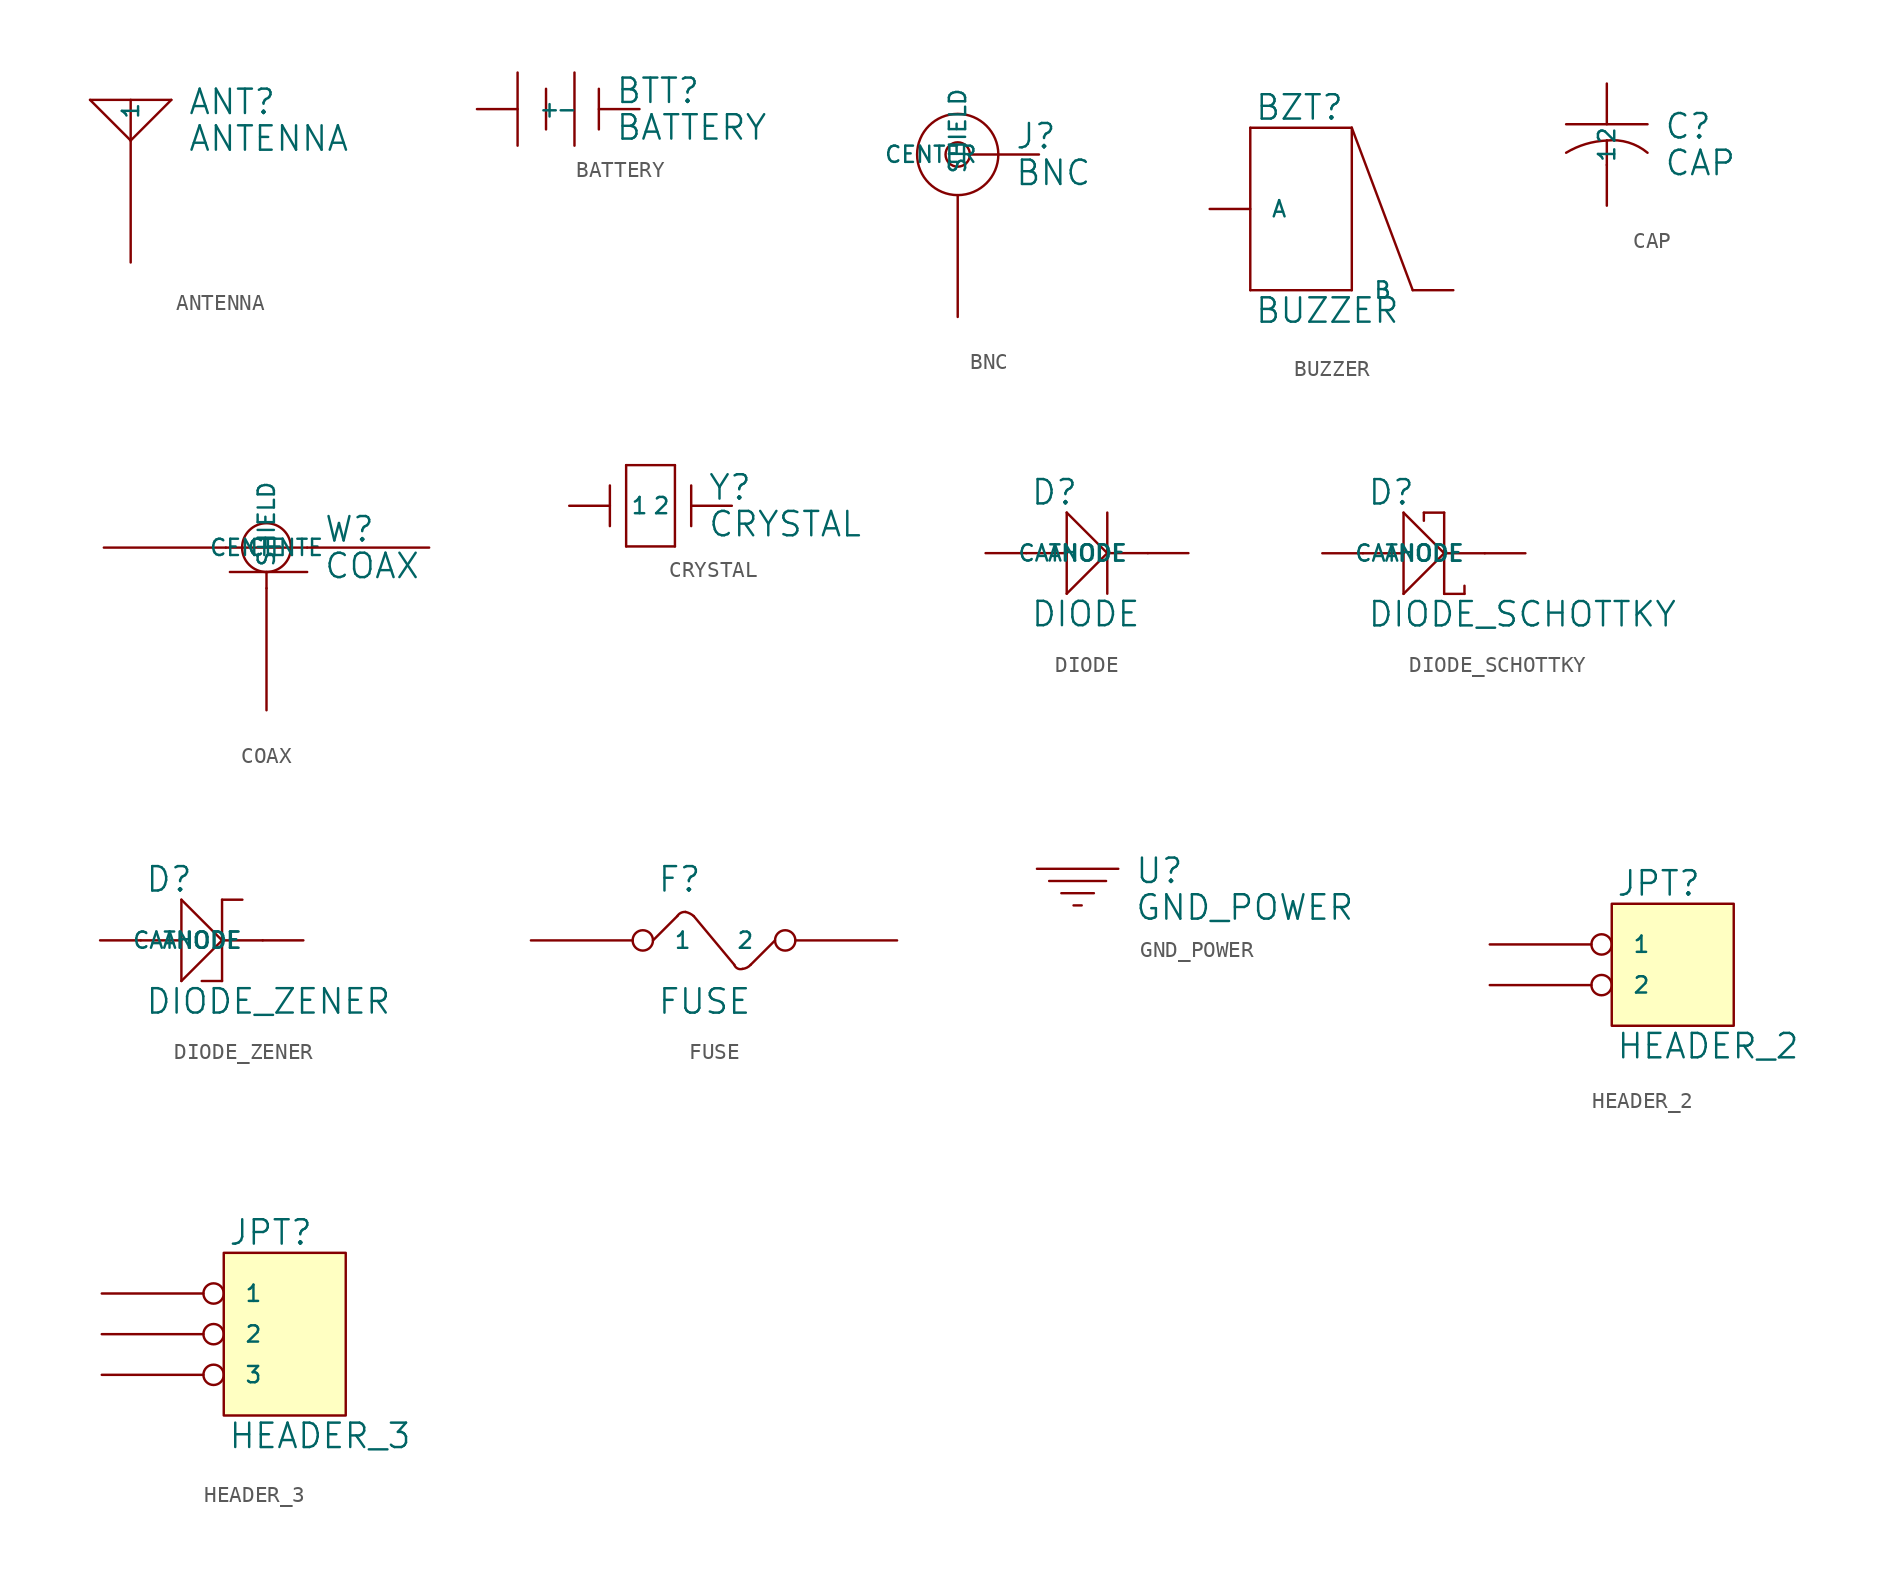
<source format=kicad_sym>
(kicad_symbol_lib
  (version 20231120)
  (generator "kicad_symbol_editor")
  (generator_version "8.0")
  (symbol "ANTENNA"
    (pin_names
      (offset 1.27))
    (property "Reference" "ANT"
      (at 6.096 -1.016 0)
      (effects (font (size 1.524 1.524)) (justify left bottom)))
    (property "Value" "ANTENNA"
      (at 6.096 -1.524 0)
      (effects (font (size 1.524 1.524)) (justify left top)))
    (symbol "ANTENNA_0_1"
      (polyline (pts (xy 0 0) (xy 5.08 0)) (stroke (width 0) (type solid)) (fill (type none)))
      (polyline (pts (xy 2.54 -2.54) (xy 0 0)) (stroke (width 0) (type solid)) (fill (type none)))
      (polyline (pts (xy 2.54 0) (xy 2.54 -2.54)) (stroke (width 0) (type solid)) (fill (type none)))
      (polyline (pts (xy 5.08 0) (xy 2.54 -2.54)) (stroke (width 0) (type solid)) (fill (type none))))
    (symbol "ANTENNA_1_1"
      (pin output line (at 2.54 -10.16 90) (length 7.62) (name "1" (effects (font (size 1.016 1.016)))) (number "~" (effects (font (size 1.27 1.27)))))))
  (symbol "BATTERY"
    (pin_names
      (offset 1.27))
    (property "Reference" "BTT"
      (at 6.096 -2.286 0)
      (effects (font (size 1.524 1.524)) (justify left bottom)))
    (property "Value" "BATTERY"
      (at 6.096 -2.794 0)
      (effects (font (size 1.524 1.524)) (justify left top)))
    (symbol "BATTERY_0_1"
      (polyline (pts (xy 0 -0.254) (xy 0 -4.826)) (stroke (width 0) (type solid)) (fill (type none)))
      (polyline (pts (xy 1.778 -1.27) (xy 1.778 -3.81)) (stroke (width 0) (type solid)) (fill (type none)))
      (polyline (pts (xy 3.556 -0.254) (xy 3.556 -4.826)) (stroke (width 0) (type solid)) (fill (type none)))
      (polyline (pts (xy 5.08 -1.27) (xy 5.08 -3.81)) (stroke (width 0) (type solid)) (fill (type none))))
    (symbol "BATTERY_1_1"
      (pin passive line (at -2.54 -2.54 0) (length 2.54) (name "+" (effects (font (size 1.016 1.016)))) (number "~" (effects (font (size 1.27 1.27)))))
      (pin passive line (at 7.62 -2.54 180) (length 2.54) (name "-" (effects (font (size 1.016 1.016)))) (number "~" (effects (font (size 1.27 1.27)))))))
  (symbol "BNC"
    (pin_names
      (offset 1.27))
    (property "Reference" "J"
      (at 6.096 -2.286 0)
      (effects (font (size 1.524 1.524)) (justify left bottom)))
    (property "Value" "BNC"
      (at 6.096 -2.794 0)
      (effects (font (size 1.524 1.524)) (justify left top)))
    (symbol "BNC_0_1"
      (polyline (pts (xy 5.08 -2.54) (xy 3.302 -2.54)) (stroke (width 0) (type solid)) (fill (type none)))
      (circle (center 2.54 -2.54) (radius 0.762) (stroke (width 0) (type solid)) (fill (type none)))
      (circle (center 2.54 -2.54) (radius 2.54) (stroke (width 0) (type solid)) (fill (type none))))
    (symbol "BNC_1_1"
      (pin passive line (at 7.62 -2.54 180) (length 2.54) (name "CENTER" (effects (font (size 1.016 1.016)))) (number "~" (effects (font (size 1.27 1.27)))))
      (pin passive line (at 2.54 -12.7 90) (length 7.62) (name "SHIELD" (effects (font (size 1.016 1.016)))) (number "~" (effects (font (size 1.27 1.27)))))))
  (symbol "BUZZER"
    (pin_names
      (offset 1.27))
    (property "Reference" "BZT"
      (at 0.254 0.381 0)
      (effects (font (size 1.524 1.524)) (justify left bottom)))
    (property "Value" "BUZZER"
      (at 0.254 -10.541 0)
      (effects (font (size 1.524 1.524)) (justify left top)))
    (symbol "BUZZER_0_1"
      (polyline (pts (xy 0 -10.16) (xy 6.35 -10.16)) (stroke (width 0) (type solid)) (fill (type none)))
      (polyline (pts (xy 0 0) (xy 0 -10.16)) (stroke (width 0) (type solid)) (fill (type none)))
      (polyline (pts (xy 6.35 -10.16) (xy 6.35 0)) (stroke (width 0) (type solid)) (fill (type none)))
      (polyline (pts (xy 6.35 0) (xy 0 0)) (stroke (width 0) (type solid)) (fill (type none)))
      (polyline (pts (xy 6.35 0) (xy 10.16 -10.16)) (stroke (width 0) (type solid)) (fill (type none))))
    (symbol "BUZZER_1_1"
      (pin passive line (at -2.54 -5.08 0) (length 2.54) (name "A" (effects (font (size 1.016 1.016)))) (number "~" (effects (font (size 1.27 1.27)))))
      (pin passive line (at 12.7 -10.16 180) (length 2.54) (name "B" (effects (font (size 1.016 1.016)))) (number "~" (effects (font (size 1.27 1.27)))))))
  (symbol "CAP"
    (pin_names
      (offset 1.27))
    (property "Reference" "C"
      (at 6.096 -1.016 0)
      (effects (font (size 1.524 1.524)) (justify left bottom)))
    (property "Value" "CAP"
      (at 6.096 -1.524 0)
      (effects (font (size 1.524 1.524)) (justify left top)))
    (symbol "CAP_0_1"
      (polyline (pts (xy 0 0) (xy 5.08 0)) (stroke (width 0) (type solid)) (fill (type none)))
      (polyline (pts (xy 2.54 -1.016) (xy 2.54 -2.54)) (stroke (width 0) (type solid)) (fill (type none)))
      (arc (start 2.54 -1.016) (mid 1.2314 -1.2325) (end 0 -1.778) (stroke (width 0) (type solid)) (fill (type none)))
      (arc (start 5.08 -1.778) (mid 3.8814 -1.136) (end 2.54 -1.016) (stroke (width 0) (type solid)) (fill (type none))))
    (symbol "CAP_1_1"
      (pin passive line (at 2.54 2.54 270) (length 2.54) (name "1" (effects (font (size 1.016 1.016)))) (number "~" (effects (font (size 1.27 1.27)))))
      (pin passive line (at 2.54 -5.08 90) (length 2.54) (name "2" (effects (font (size 1.016 1.016)))) (number "~" (effects (font (size 1.27 1.27)))))))
  (symbol "COAX"
    (pin_names
      (offset 1.27))
    (property "Reference" "W"
      (at 6.096 -2.286 0)
      (effects (font (size 1.524 1.524)) (justify left bottom)))
    (property "Value" "COAX"
      (at 6.096 -2.794 0)
      (effects (font (size 1.524 1.524)) (justify left top)))
    (symbol "COAX_0_1"
      (polyline (pts (xy 0 -2.54) (xy 5.08 -2.54)) (stroke (width 0) (type solid)) (fill (type none)))
      (polyline (pts (xy 0.254 -4.064) (xy 5.08 -4.064)) (stroke (width 0) (type solid)) (fill (type none)))
      (polyline (pts (xy 2.54 -4.064) (xy 2.54 -5.08)) (stroke (width 0) (type solid)) (fill (type none)))
      (circle (center 2.54 -2.54) (radius 1.524) (stroke (width 0) (type solid)) (fill (type none))))
    (symbol "COAX_1_1"
      (pin passive line (at -7.62 -2.54 0) (length 7.62) (name "CENTE" (effects (font (size 1.016 1.016)))) (number "~" (effects (font (size 1.27 1.27)))))
      (pin passive line (at 12.7 -2.54 180) (length 7.62) (name "CENTE" (effects (font (size 1.016 1.016)))) (number "~" (effects (font (size 1.27 1.27)))))
      (pin passive line (at 2.54 -12.7 90) (length 7.62) (name "SHIELD" (effects (font (size 1.016 1.016)))) (number "~" (effects (font (size 1.27 1.27)))))))
  (symbol "CRYSTAL"
    (pin_names
      (offset 1.27))
    (property "Reference" "Y"
      (at 6.096 -2.286 0)
      (effects (font (size 1.524 1.524)) (justify left bottom)))
    (property "Value" "CRYSTAL"
      (at 6.096 -2.794 0)
      (effects (font (size 1.524 1.524)) (justify left top)))
    (symbol "CRYSTAL_0_1"
      (polyline (pts (xy 0 -1.27) (xy 0 -3.81)) (stroke (width 0) (type solid)) (fill (type none)))
      (polyline (pts (xy 1.016 -5.08) (xy 4.064 -5.08)) (stroke (width 0) (type solid)) (fill (type none)))
      (polyline (pts (xy 1.016 0) (xy 1.016 -5.08)) (stroke (width 0) (type solid)) (fill (type none)))
      (polyline (pts (xy 4.064 -5.08) (xy 4.064 0)) (stroke (width 0) (type solid)) (fill (type none)))
      (polyline (pts (xy 4.064 0) (xy 1.016 0)) (stroke (width 0) (type solid)) (fill (type none)))
      (polyline (pts (xy 5.08 -1.27) (xy 5.08 -3.81)) (stroke (width 0) (type solid)) (fill (type none))))
    (symbol "CRYSTAL_1_1"
      (pin passive line (at -2.54 -2.54 0) (length 2.54) (name "1" (effects (font (size 1.016 1.016)))) (number "~" (effects (font (size 1.27 1.27)))))
      (pin passive line (at 7.62 -2.54 180) (length 2.54) (name "2" (effects (font (size 1.016 1.016)))) (number "~" (effects (font (size 1.27 1.27)))))))
  (symbol "DIODE"
    (pin_names
      (offset 1.27))
    (property "Reference" "D"
      (at 0.254 0.381 0)
      (effects (font (size 1.524 1.524)) (justify left bottom)))
    (property "Value" "DIODE"
      (at 0.254 -5.461 0)
      (effects (font (size 1.524 1.524)) (justify left top)))
    (symbol "DIODE_0_1"
      (polyline (pts (xy 0 -2.54) (xy 2.54 -2.54)) (stroke (width 0) (type solid)) (fill (type none)))
      (polyline (pts (xy 2.54 -5.08) (xy 5.08 -2.54)) (stroke (width 0) (type solid)) (fill (type none)))
      (polyline (pts (xy 2.54 0) (xy 2.54 -5.08)) (stroke (width 0) (type solid)) (fill (type none)))
      (polyline (pts (xy 5.08 -2.54) (xy 2.54 0)) (stroke (width 0) (type solid)) (fill (type none)))
      (polyline (pts (xy 5.08 -2.54) (xy 7.62 -2.54)) (stroke (width 0) (type solid)) (fill (type none)))
      (polyline (pts (xy 5.08 0) (xy 5.08 -5.08)) (stroke (width 0) (type solid)) (fill (type none))))
    (symbol "DIODE_1_1"
      (pin passive line (at -2.54 -2.54 0) (length 2.54) (name "ANODE" (effects (font (size 1.016 1.016)))) (number "~" (effects (font (size 1.27 1.27)))))
      (pin passive line (at 10.16 -2.54 180) (length 2.54) (name "CATHODE" (effects (font (size 1.016 1.016)))) (number "~" (effects (font (size 1.27 1.27)))))))
  (symbol "DIODE_SCHOTTKY"
    (pin_names
      (offset 1.27))
    (property "Reference" "D"
      (at 0.254 0.381 0)
      (effects (font (size 1.524 1.524)) (justify left bottom)))
    (property "Value" "DIODE_SCHOTTKY"
      (at 0.254 -5.461 0)
      (effects (font (size 1.524 1.524)) (justify left top)))
    (symbol "DIODE_SCHOTTKY_0_1"
      (polyline (pts (xy 0 -2.54) (xy 2.54 -2.54)) (stroke (width 0) (type solid)) (fill (type none)))
      (polyline (pts (xy 2.54 -5.08) (xy 5.08 -2.54)) (stroke (width 0) (type solid)) (fill (type none)))
      (polyline (pts (xy 2.54 0) (xy 2.54 -5.08)) (stroke (width 0) (type solid)) (fill (type none)))
      (polyline (pts (xy 3.81 0) (xy 3.81 -0.508)) (stroke (width 0) (type solid)) (fill (type none)))
      (polyline (pts (xy 5.08 -5.08) (xy 6.35 -5.08)) (stroke (width 0) (type solid)) (fill (type none)))
      (polyline (pts (xy 5.08 -2.54) (xy 2.54 0)) (stroke (width 0) (type solid)) (fill (type none)))
      (polyline (pts (xy 5.08 -2.54) (xy 7.62 -2.54)) (stroke (width 0) (type solid)) (fill (type none)))
      (polyline (pts (xy 5.08 0) (xy 3.81 0)) (stroke (width 0) (type solid)) (fill (type none)))
      (polyline (pts (xy 5.08 0) (xy 5.08 -5.08)) (stroke (width 0) (type solid)) (fill (type none)))
      (polyline (pts (xy 6.35 -5.08) (xy 6.35 -4.572)) (stroke (width 0) (type solid)) (fill (type none))))
    (symbol "DIODE_SCHOTTKY_1_1"
      (pin passive line (at -2.54 -2.54 0) (length 2.54) (name "ANODE" (effects (font (size 1.016 1.016)))) (number "~" (effects (font (size 1.27 1.27)))))
      (pin passive line (at 10.16 -2.54 180) (length 2.54) (name "CATHODE" (effects (font (size 1.016 1.016)))) (number "~" (effects (font (size 1.27 1.27)))))))
  (symbol "DIODE_ZENER"
    (pin_names
      (offset 1.27))
    (property "Reference" "D"
      (at 0.254 0.381 0)
      (effects (font (size 1.524 1.524)) (justify left bottom)))
    (property "Value" "DIODE_ZENER"
      (at 0.254 -5.461 0)
      (effects (font (size 1.524 1.524)) (justify left top)))
    (symbol "DIODE_ZENER_0_1"
      (polyline (pts (xy 0 -2.54) (xy 2.54 -2.54)) (stroke (width 0) (type solid)) (fill (type none)))
      (polyline (pts (xy 2.54 -5.08) (xy 5.08 -2.54)) (stroke (width 0) (type solid)) (fill (type none)))
      (polyline (pts (xy 2.54 0) (xy 2.54 -5.08)) (stroke (width 0) (type solid)) (fill (type none)))
      (polyline (pts (xy 5.08 -5.08) (xy 3.81 -5.08)) (stroke (width 0) (type solid)) (fill (type none)))
      (polyline (pts (xy 5.08 -2.54) (xy 2.54 0)) (stroke (width 0) (type solid)) (fill (type none)))
      (polyline (pts (xy 5.08 -2.54) (xy 7.62 -2.54)) (stroke (width 0) (type solid)) (fill (type none)))
      (polyline (pts (xy 5.08 0) (xy 5.08 -5.08)) (stroke (width 0) (type solid)) (fill (type none)))
      (polyline (pts (xy 6.35 0) (xy 5.08 0)) (stroke (width 0) (type solid)) (fill (type none))))
    (symbol "DIODE_ZENER_1_1"
      (pin passive line (at -2.54 -2.54 0) (length 2.54) (name "ANODE" (effects (font (size 1.016 1.016)))) (number "~" (effects (font (size 1.27 1.27)))))
      (pin passive line (at 10.16 -2.54 180) (length 2.54) (name "CATHODE" (effects (font (size 1.016 1.016)))) (number "~" (effects (font (size 1.27 1.27)))))))
  (symbol "FUSE"
    (pin_names
      (offset 1.27))
    (property "Reference" "F"
      (at 0.254 0.381 0)
      (effects (font (size 1.524 1.524)) (justify left bottom)))
    (property "Value" "FUSE"
      (at 0.254 -5.461 0)
      (effects (font (size 1.524 1.524)) (justify left top)))
    (symbol "FUSE_0_1"
      (polyline (pts (xy 0 -2.54) (xy 1.524 -1.016)) (stroke (width 0) (type solid)) (fill (type none)))
      (polyline (pts (xy 5.08 -4.064) (xy 2.54 -1.016)) (stroke (width 0) (type solid)) (fill (type none)))
      (polyline (pts (xy 6.096 -4.064) (xy 7.62 -2.54)) (stroke (width 0) (type solid)) (fill (type none)))
      (arc (start 2.032 -0.762) (mid 1.7404 -0.82) (end 1.524 -1.016) (stroke (width 0) (type solid)) (fill (type none)))
      (arc (start 2.54 -1.016) (mid 2.3069 -0.8603) (end 2.032 -0.762) (stroke (width 0) (type solid)) (fill (type none)))
      (arc (start 5.08 -4.064) (mid 5.2894 -4.2931) (end 5.588 -4.318) (stroke (width 0) (type solid)) (fill (type none)))
      (arc (start 5.588 -4.318) (mid 5.8551 -4.2421) (end 6.096 -4.064) (stroke (width 0) (type solid)) (fill (type none))))
    (symbol "FUSE_1_1"
      (pin passive inverted (at -7.62 -2.54 0) (length 7.62) (name "1" (effects (font (size 1.016 1.016)))) (number "~" (effects (font (size 1.27 1.27)))))
      (pin passive inverted (at 15.24 -2.54 180) (length 7.62) (name "2" (effects (font (size 1.016 1.016)))) (number "~" (effects (font (size 1.27 1.27)))))))
  (symbol "GND_POWER"
    (pin_names
      (offset 1.27))
    (property "Reference" "U"
      (at 6.096 -1.016 0)
      (effects (font (size 1.524 1.524)) (justify left bottom)))
    (property "Value" "GND_POWER"
      (at 6.096 -1.524 0)
      (effects (font (size 1.524 1.524)) (justify left top)))
    (symbol "GND_POWER_0_1"
      (polyline (pts (xy 0 0) (xy 5.08 0)) (stroke (width 0) (type solid)) (fill (type none)))
      (polyline (pts (xy 0.762 -0.762) (xy 4.318 -0.762)) (stroke (width 0) (type solid)) (fill (type none)))
      (polyline (pts (xy 2.286 -2.286) (xy 2.794 -2.286)) (stroke (width 0) (type solid)) (fill (type none)))
      (polyline (pts (xy 3.556 -1.524) (xy 1.524 -1.524)) (stroke (width 0) (type solid)) (fill (type none))))
    (symbol "GND_POWER_1_1"
      (pin power_in line (at 2.54 0 270) (length 0) hide (name "GND" (effects (font (size 1.016 1.016)))) (number "~" (effects (font (size 1.27 1.27)))))))
  (symbol "HEADER_2"
    (pin_names
      (offset 1.27))
    (property "Reference" "JPT"
      (at 0.254 0.381 0)
      (effects (font (size 1.524 1.524)) (justify left bottom)))
    (property "Value" "HEADER_2"
      (at 0.254 -8.001 0)
      (effects (font (size 1.524 1.524)) (justify left top)))
    (symbol "HEADER_2_0_1"
      (rectangle (start 0 0) (end 7.62 -7.62) (stroke (width 0) (type solid)) (fill (type background))))
    (symbol "HEADER_2_1_1"
      (pin passive inverted (at -7.62 -2.54 0) (length 7.62) (name "1" (effects (font (size 1.016 1.016)))) (number "~" (effects (font (size 1.27 1.27)))))
      (pin passive inverted (at -7.62 -5.08 0) (length 7.62) (name "2" (effects (font (size 1.016 1.016)))) (number "~" (effects (font (size 1.27 1.27)))))))
  (symbol "HEADER_3"
    (pin_names
      (offset 1.27))
    (property "Reference" "JPT"
      (at 0.254 0.381 0)
      (effects (font (size 1.524 1.524)) (justify left bottom)))
    (property "Value" "HEADER_3"
      (at 0.254 -10.541 0)
      (effects (font (size 1.524 1.524)) (justify left top)))
    (symbol "HEADER_3_0_1"
      (rectangle (start 0 0) (end 7.62 -10.16) (stroke (width 0) (type solid)) (fill (type background))))
    (symbol "HEADER_3_1_1"
      (pin passive inverted (at -7.62 -2.54 0) (length 7.62) (name "1" (effects (font (size 1.016 1.016)))) (number "~" (effects (font (size 1.27 1.27)))))
      (pin passive inverted (at -7.62 -5.08 0) (length 7.62) (name "2" (effects (font (size 1.016 1.016)))) (number "~" (effects (font (size 1.27 1.27)))))
      (pin passive inverted (at -7.62 -7.62 0) (length 7.62) (name "3" (effects (font (size 1.016 1.016)))) (number "~" (effects (font (size 1.27 1.27))))))))
</source>
